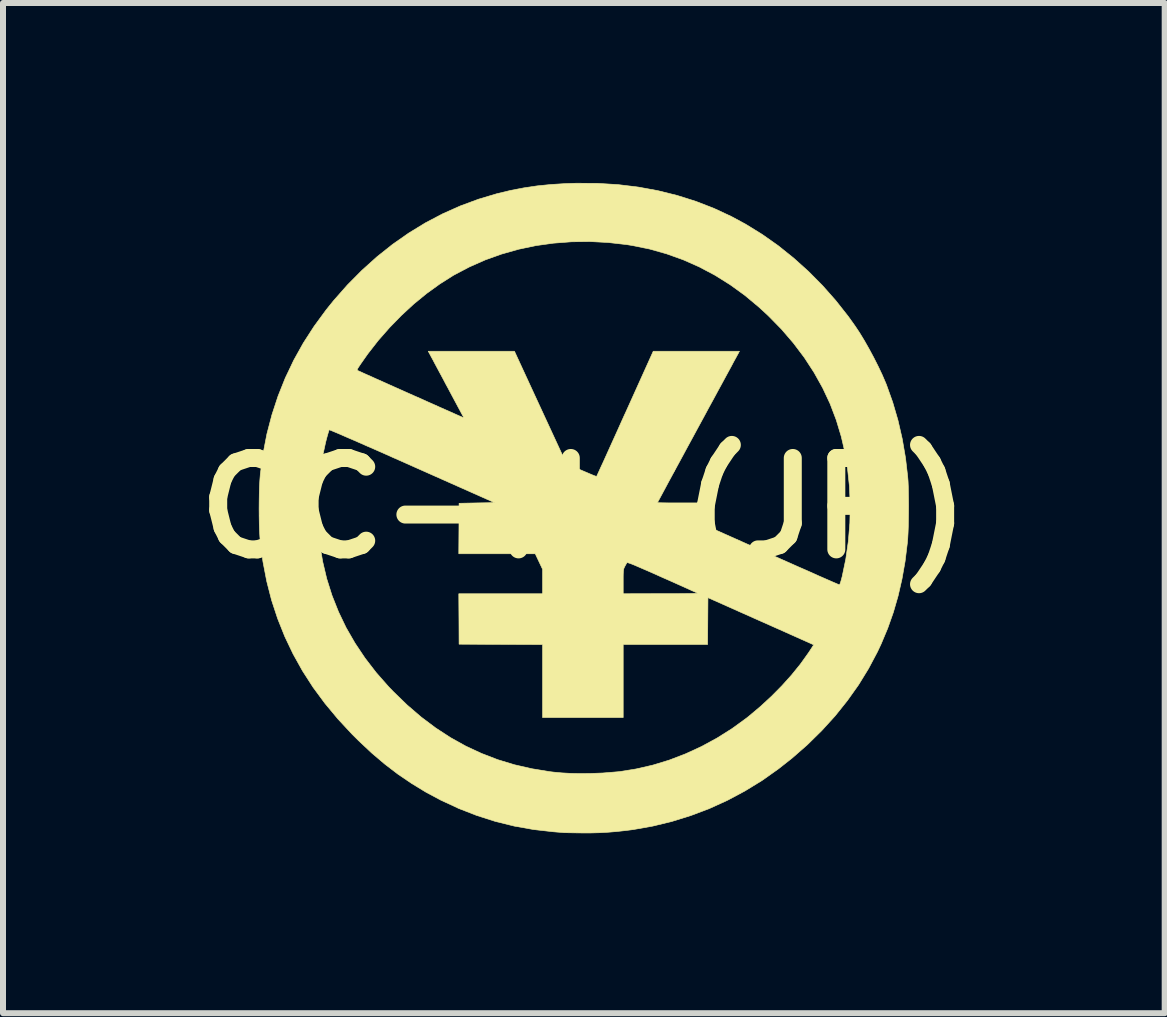
<source format=kicad_pcb>
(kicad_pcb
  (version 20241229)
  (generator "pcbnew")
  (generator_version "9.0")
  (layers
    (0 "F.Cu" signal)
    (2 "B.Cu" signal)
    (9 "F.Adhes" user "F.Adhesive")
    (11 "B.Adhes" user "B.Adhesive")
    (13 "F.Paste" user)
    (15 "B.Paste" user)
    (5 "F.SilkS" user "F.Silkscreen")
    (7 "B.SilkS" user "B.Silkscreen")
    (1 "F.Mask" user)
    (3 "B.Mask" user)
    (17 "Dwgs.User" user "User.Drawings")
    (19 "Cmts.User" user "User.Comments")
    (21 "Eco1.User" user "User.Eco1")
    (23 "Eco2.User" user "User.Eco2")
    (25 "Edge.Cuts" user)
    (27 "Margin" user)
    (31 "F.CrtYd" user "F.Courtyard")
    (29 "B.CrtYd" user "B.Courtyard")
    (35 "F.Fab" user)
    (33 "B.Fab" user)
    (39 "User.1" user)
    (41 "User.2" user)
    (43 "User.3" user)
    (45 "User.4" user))
  (footprint "CC-NC(JP)"
    (layer "F.Cu")
    (at 6.684 5.42)
    (property "Reference" "CC-NC(JP)" (at 0 0 0) (layer "F.SilkS") (effects (font (size 1.524 1.524) (thickness 0.3))))
    (attr through_hole)
    (fp_poly (pts (xy 0.227 -5.413) (xy 0.572 -5.392) (xy 0.908 -5.351) (xy 1.235 -5.291) (xy 1.554 -5.212) (xy 1.865 -5.114) (xy 2.167 -4.997) (xy 2.461 -4.86) (xy 2.698 -4.732) (xy 2.972 -4.563) (xy 3.239 -4.375) (xy 3.496 -4.169) (xy 3.743 -3.947) (xy 3.979 -3.709) (xy 4.201 -3.458) (xy 4.409 -3.194) (xy 4.521 -3.037) (xy 4.597 -2.923) (xy 4.676 -2.793) (xy 4.755 -2.654) (xy 4.833 -2.509) (xy 4.906 -2.365) (xy 4.972 -2.226) (xy 5.028 -2.096) (xy 5.044 -2.058) (xy 5.149 -1.764) (xy 5.237 -1.463) (xy 5.308 -1.154) (xy 5.363 -0.834) (xy 5.399 -0.524) (xy 5.405 -0.453) (xy 5.409 -0.364) (xy 5.411 -0.262) (xy 5.413 -0.151) (xy 5.414 -0.033) (xy 5.413 0.086) (xy 5.411 0.203) (xy 5.409 0.315) (xy 5.405 0.417) (xy 5.4 0.506) (xy 5.394 0.577) (xy 5.356 0.888) (xy 5.304 1.183) (xy 5.239 1.466) (xy 5.16 1.739) (xy 5.066 2.005) (xy 4.957 2.265) (xy 4.895 2.397) (xy 4.747 2.676) (xy 4.58 2.948) (xy 4.393 3.211) (xy 4.189 3.466) (xy 3.966 3.711) (xy 3.726 3.947) (xy 3.47 4.171) (xy 3.244 4.349) (xy 2.97 4.543) (xy 2.686 4.717) (xy 2.394 4.873) (xy 2.093 5.01) (xy 1.784 5.127) (xy 1.469 5.225) (xy 1.148 5.303) (xy 0.822 5.361) (xy 0.705 5.376) (xy 0.551 5.393) (xy 0.407 5.405) (xy 0.265 5.413) (xy 0.117 5.417) (xy -0.034 5.417) (xy -0.108 5.416) (xy -0.177 5.415) (xy -0.239 5.414) (xy -0.288 5.413) (xy -0.322 5.412) (xy -0.333 5.412) (xy -0.36 5.409) (xy -0.402 5.406) (xy -0.454 5.402) (xy -0.513 5.397) (xy -0.838 5.36) (xy -1.159 5.303) (xy -1.475 5.225) (xy -1.785 5.126) (xy -2.088 5.008) (xy -2.384 4.87) (xy -2.387 4.869) (xy -2.635 4.736) (xy -2.871 4.592) (xy -3.098 4.438) (xy -3.319 4.269) (xy -3.537 4.084) (xy -3.753 3.881) (xy -3.863 3.772) (xy -4.1 3.517) (xy -4.317 3.256) (xy -4.514 2.989) (xy -4.691 2.714) (xy -4.848 2.432) (xy -4.986 2.142) (xy -5.105 1.844) (xy -5.206 1.537) (xy -5.287 1.221) (xy -5.35 0.895) (xy -5.394 0.566) (xy -5.401 0.481) (xy -5.407 0.38) (xy -5.411 0.265) (xy -5.413 0.142) (xy -5.413 0.131) (xy -4.439 0.131) (xy -4.42 0.442) (xy -4.403 0.597) (xy -4.355 0.891) (xy -4.287 1.178) (xy -4.199 1.457) (xy -4.091 1.729) (xy -3.964 1.994) (xy -3.816 2.251) (xy -3.649 2.501) (xy -3.462 2.744) (xy -3.255 2.979) (xy -3.175 3.062) (xy -2.946 3.284) (xy -2.712 3.485) (xy -2.471 3.666) (xy -2.224 3.827) (xy -1.969 3.969) (xy -1.707 4.091) (xy -1.437 4.195) (xy -1.157 4.28) (xy -0.869 4.346) (xy -0.571 4.395) (xy -0.503 4.403) (xy -0.364 4.416) (xy -0.216 4.424) (xy -0.058 4.427) (xy 0.116 4.425) (xy 0.307 4.418) (xy 0.312 4.418) (xy 0.592 4.395) (xy 0.872 4.35) (xy 1.15 4.286) (xy 1.425 4.202) (xy 1.696 4.098) (xy 1.961 3.976) (xy 2.219 3.836) (xy 2.47 3.678) (xy 2.711 3.503) (xy 2.756 3.467) (xy 2.946 3.307) (xy 3.129 3.138) (xy 3.302 2.963) (xy 3.463 2.784) (xy 3.609 2.604) (xy 3.737 2.425) (xy 3.769 2.378) (xy 3.832 2.281) (xy 3.792 2.262) (xy 3.776 2.255) (xy 3.743 2.24) (xy 3.693 2.218) (xy 3.628 2.189) (xy 3.55 2.154) (xy 3.46 2.114) (xy 3.36 2.069) (xy 3.25 2.02) (xy 3.133 1.968) (xy 3.01 1.913) (xy 2.91 1.869) (xy 2.069 1.494) (xy 2.066 1.885) (xy 2.063 2.275) (xy 0.656 2.275) (xy 0.656 3.493) (xy -0.688 3.493) (xy -0.688 2.276) (xy -1.384 2.273) (xy -2.08 2.27) (xy -2.082 1.849) (xy -2.085 1.429) (xy -0.688 1.429) (xy -0.688 1.227) (xy 0.656 1.227) (xy 0.656 1.429) (xy 1.283 1.428) (xy 1.401 1.428) (xy 1.509 1.428) (xy 1.608 1.427) (xy 1.695 1.426) (xy 1.768 1.425) (xy 1.826 1.424) (xy 1.867 1.422) (xy 1.89 1.42) (xy 1.894 1.419) (xy 1.882 1.413) (xy 1.852 1.399) (xy 1.806 1.379) (xy 1.747 1.352) (xy 1.674 1.319) (xy 1.591 1.282) (xy 1.5 1.241) (xy 1.401 1.197) (xy 1.303 1.154) (xy 1.179 1.098) (xy 1.072 1.051) (xy 0.982 1.012) (xy 0.908 0.98) (xy 0.848 0.954) (xy 0.801 0.935) (xy 0.766 0.922) (xy 0.741 0.914) (xy 0.726 0.91) (xy 0.719 0.911) (xy 0.718 0.912) (xy 0.708 0.929) (xy 0.692 0.957) (xy 0.682 0.976) (xy 0.673 0.994) (xy 0.666 1.012) (xy 0.662 1.032) (xy 0.659 1.059) (xy 0.657 1.095) (xy 0.656 1.144) (xy 0.656 1.211) (xy 0.656 1.227) (xy -0.688 1.227) (xy -0.688 1.225) (xy -0.688 1.021) (xy -0.749 0.892) (xy -0.81 0.763) (xy -1.447 0.762) (xy -2.085 0.762) (xy -2.082 0.341) (xy -2.08 -0.079) (xy -1.784 -0.085) (xy -1.489 -0.09) (xy -2.863 -0.701) (xy -3.024 -0.773) (xy -3.181 -0.842) (xy -3.33 -0.909) (xy -3.473 -0.972) (xy -3.607 -1.03) (xy -3.731 -1.085) (xy -3.844 -1.134) (xy -3.946 -1.178) (xy -4.035 -1.217) (xy -4.109 -1.249) (xy -4.169 -1.274) (xy -4.212 -1.292) (xy -4.238 -1.302) (xy -4.246 -1.304) (xy -4.251 -1.291) (xy -4.26 -1.261) (xy -4.273 -1.217) (xy -4.288 -1.163) (xy -4.304 -1.1) (xy -4.307 -1.087) (xy -4.372 -0.787) (xy -4.415 -0.483) (xy -4.438 -0.177) (xy -4.439 0.131) (xy -5.413 0.131) (xy -5.414 0.014) (xy -5.413 -0.114) (xy -5.411 -0.239) (xy -5.408 -0.356) (xy -5.402 -0.46) (xy -5.395 -0.549) (xy -5.394 -0.566) (xy -5.348 -0.906) (xy -5.284 -1.236) (xy -5.2 -1.556) (xy -5.098 -1.867) (xy -4.977 -2.17) (xy -4.913 -2.303) (xy -3.778 -2.303) (xy -3.774 -2.296) (xy -3.765 -2.29) (xy -3.765 -2.29) (xy -3.752 -2.284) (xy -3.722 -2.271) (xy -3.677 -2.25) (xy -3.617 -2.223) (xy -3.544 -2.191) (xy -3.461 -2.153) (xy -3.368 -2.112) (xy -3.268 -2.067) (xy -3.163 -2.02) (xy -3.053 -1.971) (xy -2.941 -1.921) (xy -2.829 -1.871) (xy -2.717 -1.822) (xy -2.609 -1.773) (xy -2.505 -1.727) (xy -2.407 -1.683) (xy -2.317 -1.643) (xy -2.237 -1.608) (xy -2.168 -1.577) (xy -2.112 -1.552) (xy -2.071 -1.534) (xy -2.046 -1.523) (xy -2.045 -1.523) (xy -2 -1.503) (xy -2.012 -1.527) (xy -2.02 -1.541) (xy -2.036 -1.571) (xy -2.06 -1.616) (xy -2.092 -1.675) (xy -2.129 -1.745) (xy -2.172 -1.825) (xy -2.219 -1.913) (xy -2.269 -2.007) (xy -2.297 -2.058) (xy -2.348 -2.155) (xy -2.397 -2.246) (xy -2.442 -2.33) (xy -2.483 -2.406) (xy -2.517 -2.471) (xy -2.546 -2.524) (xy -2.566 -2.562) (xy -2.579 -2.585) (xy -2.581 -2.59) (xy -2.594 -2.614) (xy -1.157 -2.614) (xy -0.725 -1.678) (xy -0.292 -0.742) (xy -0.043 -0.631) (xy 0.025 -0.602) (xy 0.086 -0.576) (xy 0.138 -0.554) (xy 0.178 -0.538) (xy 0.204 -0.529) (xy 0.213 -0.528) (xy 0.218 -0.538) (xy 0.231 -0.566) (xy 0.252 -0.612) (xy 0.279 -0.672) (xy 0.314 -0.747) (xy 0.354 -0.835) (xy 0.399 -0.935) (xy 0.449 -1.046) (xy 0.503 -1.165) (xy 0.561 -1.293) (xy 0.621 -1.427) (xy 0.684 -1.567) (xy 0.688 -1.574) (xy 1.157 -2.614) (xy 2.594 -2.614) (xy 2.581 -2.59) (xy 2.575 -2.578) (xy 2.559 -2.549) (xy 2.534 -2.503) (xy 2.5 -2.442) (xy 2.46 -2.366) (xy 2.412 -2.278) (xy 2.357 -2.177) (xy 2.297 -2.066) (xy 2.231 -1.945) (xy 2.161 -1.815) (xy 2.086 -1.678) (xy 2.009 -1.535) (xy 1.928 -1.386) (xy 1.898 -1.331) (xy 1.817 -1.181) (xy 1.738 -1.036) (xy 1.663 -0.897) (xy 1.592 -0.766) (xy 1.525 -0.643) (xy 1.464 -0.53) (xy 1.408 -0.427) (xy 1.359 -0.335) (xy 1.317 -0.257) (xy 1.282 -0.192) (xy 1.255 -0.142) (xy 1.237 -0.109) (xy 1.228 -0.092) (xy 1.228 -0.09) (xy 1.238 -0.089) (xy 1.267 -0.088) (xy 1.313 -0.087) (xy 1.373 -0.086) (xy 1.445 -0.085) (xy 1.527 -0.085) (xy 1.617 -0.085) (xy 1.645 -0.085) (xy 2.063 -0.085) (xy 2.066 0.112) (xy 2.069 0.309) (xy 3.159 0.795) (xy 3.303 0.859) (xy 3.441 0.92) (xy 3.573 0.979) (xy 3.697 1.033) (xy 3.812 1.084) (xy 3.916 1.131) (xy 4.01 1.172) (xy 4.09 1.207) (xy 4.156 1.236) (xy 4.208 1.258) (xy 4.242 1.273) (xy 4.259 1.28) (xy 4.261 1.28) (xy 4.268 1.271) (xy 4.278 1.244) (xy 4.29 1.205) (xy 4.303 1.156) (xy 4.306 1.146) (xy 4.367 0.853) (xy 4.41 0.553) (xy 4.435 0.25) (xy 4.441 -0.056) (xy 4.428 -0.36) (xy 4.396 -0.661) (xy 4.346 -0.957) (xy 4.292 -1.191) (xy 4.208 -1.469) (xy 4.105 -1.74) (xy 3.981 -2.004) (xy 3.838 -2.26) (xy 3.676 -2.509) (xy 3.494 -2.75) (xy 3.294 -2.983) (xy 3.074 -3.207) (xy 2.921 -3.348) (xy 2.684 -3.546) (xy 2.438 -3.724) (xy 2.185 -3.882) (xy 1.925 -4.02) (xy 1.656 -4.139) (xy 1.38 -4.238) (xy 1.097 -4.318) (xy 0.806 -4.377) (xy 0.714 -4.392) (xy 0.405 -4.427) (xy 0.098 -4.443) (xy -0.206 -4.439) (xy -0.506 -4.416) (xy -0.801 -4.375) (xy -1.09 -4.314) (xy -1.372 -4.234) (xy -1.646 -4.136) (xy -1.91 -4.019) (xy -2.165 -3.885) (xy -2.18 -3.876) (xy -2.401 -3.736) (xy -2.62 -3.578) (xy -2.834 -3.403) (xy -3.041 -3.212) (xy -3.239 -3.009) (xy -3.427 -2.795) (xy -3.601 -2.572) (xy -3.713 -2.413) (xy -3.744 -2.367) (xy -3.764 -2.336) (xy -3.775 -2.316) (xy -3.778 -2.303) (xy -4.913 -2.303) (xy -4.837 -2.464) (xy -4.677 -2.751) (xy -4.497 -3.03) (xy -4.297 -3.303) (xy -4.173 -3.457) (xy -3.942 -3.719) (xy -3.701 -3.962) (xy -3.45 -4.188) (xy -3.19 -4.395) (xy -2.92 -4.584) (xy -2.642 -4.754) (xy -2.355 -4.905) (xy -2.059 -5.037) (xy -1.756 -5.149) (xy -1.445 -5.242) (xy -1.439 -5.243) (xy -1.219 -5.296) (xy -1 -5.338) (xy -0.779 -5.371) (xy -0.55 -5.394) (xy -0.309 -5.409) (xy -0.127 -5.415) (xy 0.227 -5.413)) (stroke (width 0.01) (type solid)) (fill yes) (layer "F.SilkS")))
  (gr_rect
    (start -3 -3)
    (end 16.368 13.842)
    (stroke (width 0.1) (type default))
    (fill no)
    (layer "Edge.Cuts")))
</source>
